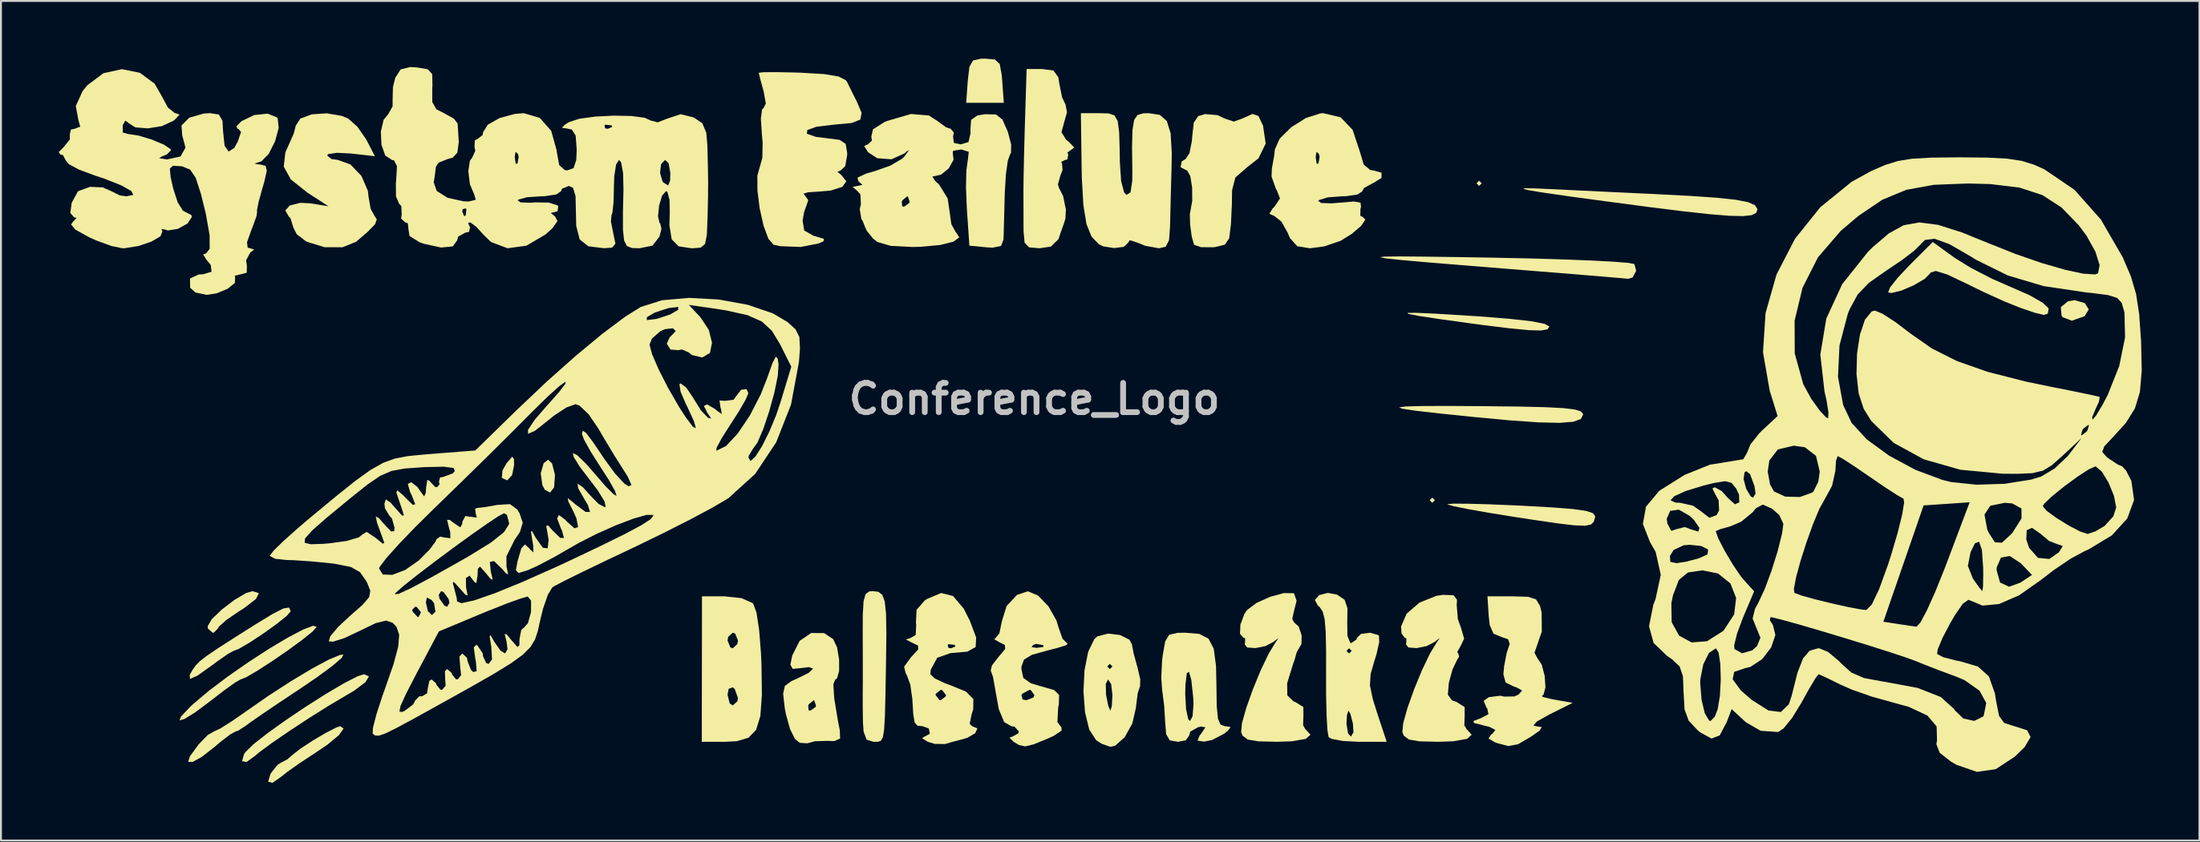
<source format=kicad_pcb>
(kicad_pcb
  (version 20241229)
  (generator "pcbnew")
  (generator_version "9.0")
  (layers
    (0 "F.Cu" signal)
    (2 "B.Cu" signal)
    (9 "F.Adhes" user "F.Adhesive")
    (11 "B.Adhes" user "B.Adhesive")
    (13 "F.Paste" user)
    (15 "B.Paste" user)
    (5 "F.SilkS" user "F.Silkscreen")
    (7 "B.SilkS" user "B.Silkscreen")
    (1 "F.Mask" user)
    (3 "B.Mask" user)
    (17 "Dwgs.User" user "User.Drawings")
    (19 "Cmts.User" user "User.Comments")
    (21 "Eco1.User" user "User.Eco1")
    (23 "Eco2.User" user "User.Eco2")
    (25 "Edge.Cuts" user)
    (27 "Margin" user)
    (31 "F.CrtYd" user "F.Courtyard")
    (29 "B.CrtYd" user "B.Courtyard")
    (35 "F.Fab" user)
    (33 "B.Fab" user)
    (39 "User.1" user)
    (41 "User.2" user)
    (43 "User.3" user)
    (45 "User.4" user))
  (footprint "Conference_Logo"
    (layer "F.Cu")
    (at 50.692 17.699)
    (property "Reference" "Conference_Logo" (at 0 0 0) (layer "Dwgs.User") (effects (font (size 1.524 1.524) (thickness 0.3))))
    (attr board_only exclude_from_pos_files exclude_from_bom allow_missing_courtyard)
    (fp_poly (pts (xy 20.806 5.269) (xy 20.671 5.404) (xy 20.536 5.269) (xy 20.671 5.134)) (stroke (width 0) (type solid)) (fill yes) (layer "F.SilkS"))
    (fp_poly (pts (xy 23.238 -11.214) (xy 23.103 -11.079) (xy 22.968 -11.214) (xy 23.103 -11.349)) (stroke (width 0) (type solid)) (fill yes) (layer "F.SilkS"))
    (fp_poly (pts (xy -27.041 3.119) (xy -27.03 3.429) (xy -27.135 3.964) (xy -27.387 4.235) (xy -27.66 4.113) (xy -27.669 4.097) (xy -27.638 3.726) (xy -27.427 3.35) (xy -27.135 3.004)) (stroke (width 0) (type solid)) (fill yes) (layer "F.SilkS"))
    (fp_poly (pts (xy -25.059 3.358) (xy -24.918 3.912) (xy -24.91 3.986) (xy -24.954 4.602) (xy -25.164 4.873) (xy -25.439 4.723) (xy -25.566 4.474) (xy -25.649 3.866) (xy -25.497 3.345) (xy -25.265 3.161)) (stroke (width 0) (type solid)) (fill yes) (layer "F.SilkS"))
    (fp_poly (pts (xy 54.569 -4.988) (xy 54.777 -4.659) (xy 54.57 -4.311) (xy 54.55 -4.297) (xy 53.897 -4.069) (xy 53.419 -4.253) (xy 53.367 -4.323) (xy 53.327 -4.772) (xy 53.7 -5.08) (xy 54.043 -5.134)) (stroke (width 0) (type solid)) (fill yes) (layer "F.SilkS"))
    (fp_poly (pts (xy -2.054 -17.655) (xy -1.803 -17.422) (xy -1.697 -16.851) (xy -1.673 -16.551) (xy -1.59 -15.402) (xy -3.544 -15.402) (xy -3.461 -16.551) (xy -3.377 -17.272) (xy -3.189 -17.604) (xy -2.78 -17.696) (xy -2.567 -17.699)) (stroke (width 0) (type solid)) (fill yes) (layer "F.SilkS"))
    (fp_poly (pts (xy -40.29 10.102) (xy -40.441 10.403) (xy -41.067 10.886) (xy -41.35 11.065) (xy -41.986 11.5) (xy -42.371 11.845) (xy -42.423 11.944) (xy -42.631 12.154) (xy -42.694 12.16) (xy -42.938 11.947) (xy -42.954 11.822) (xy -42.739 11.456) (xy -42.223 10.959) (xy -41.575 10.463) (xy -40.965 10.101) (xy -40.624 9.998)) (stroke (width 0) (type solid)) (fill yes) (layer "F.SilkS"))
    (fp_poly (pts (xy 20.808 -4.435) (xy 20.941 -4.428) (xy 23.071 -4.296) (xy 24.689 -4.167) (xy 25.823 -4.039) (xy 26.5 -3.908) (xy 26.749 -3.771) (xy 26.751 -3.756) (xy 26.655 -3.62) (xy 26.323 -3.56) (xy 25.687 -3.576) (xy 24.679 -3.673) (xy 23.23 -3.853) (xy 22.563 -3.943) (xy 20.992 -4.161) (xy 19.948 -4.32) (xy 19.418 -4.424) (xy 19.393 -4.476) (xy 19.859 -4.478)) (stroke (width 0) (type solid)) (fill yes) (layer "F.SilkS"))
    (fp_poly (pts (xy -35.894 17.15) (xy -36.137 17.491) (xy -36.74 17.99) (xy -37.357 18.408) (xy -38.171 18.943) (xy -38.83 19.409) (xy -39.133 19.652) (xy -39.588 19.969) (xy -39.809 19.908) (xy -39.691 19.509) (xy -39.659 19.455) (xy -39.326 19.035) (xy -39.135 18.915) (xy -38.813 18.746) (xy -38.558 18.524) (xy -38.139 18.195) (xy -37.495 17.772) (xy -36.808 17.366) (xy -36.261 17.086) (xy -36.065 17.023)) (stroke (width 0) (type solid)) (fill yes) (layer "F.SilkS"))
    (fp_poly (pts (xy 23.373 0.377) (xy 25.191 0.397) (xy 26.535 0.429) (xy 27.471 0.477) (xy 28.067 0.548) (xy 28.389 0.646) (xy 28.503 0.779) (xy 28.507 0.817) (xy 28.389 1.045) (xy 27.999 1.187) (xy 27.285 1.245) (xy 26.193 1.22) (xy 24.671 1.113) (xy 22.726 0.93) (xy 21.013 0.752) (xy 19.809 0.614) (xy 19.118 0.51) (xy 18.945 0.437) (xy 19.294 0.392) (xy 20.17 0.369) (xy 21.577 0.366)) (stroke (width 0) (type solid)) (fill yes) (layer "F.SilkS"))
    (fp_poly (pts (xy -34.574 14.434) (xy -34.757 14.734) (xy -35.331 15.167) (xy -35.713 15.395) (xy -36.616 15.928) (xy -37.655 16.58) (xy -38.698 17.265) (xy -39.615 17.894) (xy -40.274 18.381) (xy -40.484 18.561) (xy -40.933 18.883) (xy -41.166 18.845) (xy -41.068 18.487) (xy -40.999 18.38) (xy -40.595 17.979) (xy -39.862 17.401) (xy -38.911 16.719) (xy -37.854 16.007) (xy -36.802 15.339) (xy -35.867 14.787) (xy -35.161 14.425) (xy -34.83 14.321)) (stroke (width 0) (type solid)) (fill yes) (layer "F.SilkS"))
    (fp_poly (pts (xy 22.487 5.45) (xy 23.562 5.479) (xy 24.877 5.533) (xy 25.388 5.558) (xy 26.918 5.644) (xy 27.982 5.728) (xy 28.656 5.823) (xy 29.014 5.94) (xy 29.131 6.092) (xy 29.128 6.164) (xy 29.062 6.39) (xy 28.915 6.534) (xy 28.606 6.597) (xy 28.053 6.576) (xy 27.175 6.472) (xy 25.892 6.284) (xy 24.928 6.136) (xy 23.626 5.926) (xy 22.552 5.736) (xy 21.801 5.584) (xy 21.465 5.487) (xy 21.458 5.473) (xy 21.752 5.447)) (stroke (width 0) (type solid)) (fill yes) (layer "F.SilkS"))
    (fp_poly (pts (xy -38.641 11.023) (xy -38.64 11.051) (xy -38.847 11.288) (xy -39.366 11.704) (xy -40.052 12.196) (xy -40.756 12.661) (xy -41.33 12.998) (xy -41.607 13.106) (xy -41.887 13.256) (xy -42.433 13.635) (xy -42.719 13.849) (xy -43.487 14.395) (xy -43.874 14.564) (xy -43.885 14.358) (xy -43.746 14.106) (xy -43.585 13.875) (xy -43.364 13.647) (xy -42.999 13.363) (xy -42.407 12.961) (xy -41.505 12.382) (xy -40.532 11.766) (xy -39.594 11.193) (xy -39.019 10.898) (xy -38.728 10.852)) (stroke (width 0) (type solid)) (fill yes) (layer "F.SilkS"))
    (fp_poly (pts (xy -37.289 11.856) (xy -37.498 12.095) (xy -38.038 12.53) (xy -38.783 13.075) (xy -39.605 13.641) (xy -40.377 14.141) (xy -40.973 14.486) (xy -41.245 14.591) (xy -41.521 14.747) (xy -42.088 15.154) (xy -42.758 15.672) (xy -43.582 16.29) (xy -44.15 16.643) (xy -44.417 16.722) (xy -44.337 16.517) (xy -43.866 16.019) (xy -43.711 15.875) (xy -42.893 15.183) (xy -41.906 14.437) (xy -40.837 13.692) (xy -39.772 13.001) (xy -38.798 12.419) (xy -38.002 12) (xy -37.47 11.798)) (stroke (width 0) (type solid)) (fill yes) (layer "F.SilkS"))
    (fp_poly (pts (xy 20.188 -7.402) (xy 21.944 -7.378) (xy 23.779 -7.348) (xy 25.697 -7.308) (xy 27.439 -7.257) (xy 28.932 -7.199) (xy 30.1 -7.137) (xy 30.873 -7.074) (xy 31.173 -7.015) (xy 31.265 -6.663) (xy 31.08 -6.318) (xy 30.856 -6.247) (xy 30.544 -6.277) (xy 29.772 -6.343) (xy 28.619 -6.439) (xy 27.165 -6.558) (xy 25.489 -6.693) (xy 24.589 -6.765) (xy 22.202 -6.957) (xy 20.349 -7.111) (xy 19.025 -7.228) (xy 18.226 -7.314) (xy 17.948 -7.371) (xy 18.185 -7.403) (xy 18.933 -7.412)) (stroke (width 0) (type solid)) (fill yes) (layer "F.SilkS"))
    (fp_poly (pts (xy 26.011 -10.95) (xy 26.481 -10.929) (xy 27.896 -10.861) (xy 29.587 -10.78) (xy 31.291 -10.699) (xy 32.155 -10.659) (xy 34.041 -10.561) (xy 35.449 -10.464) (xy 36.442 -10.358) (xy 37.082 -10.233) (xy 37.433 -10.08) (xy 37.557 -9.889) (xy 37.56 -9.846) (xy 37.496 -9.673) (xy 37.268 -9.559) (xy 36.825 -9.509) (xy 36.111 -9.524) (xy 35.074 -9.609) (xy 33.66 -9.765) (xy 31.817 -9.995) (xy 29.588 -10.291) (xy 27.797 -10.535) (xy 26.517 -10.719) (xy 25.723 -10.847) (xy 25.391 -10.925) (xy 25.495 -10.958)) (stroke (width 0) (type solid)) (fill yes) (layer "F.SilkS"))
    (fp_poly (pts (xy 47.808 -7.341) (xy 48.661 -6.813) (xy 49.773 -6.24) (xy 50.817 -5.784) (xy 51.721 -5.384) (xy 52.386 -5.004) (xy 52.686 -4.716) (xy 52.691 -4.686) (xy 52.652 -4.438) (xy 52.453 -4.368) (xy 51.975 -4.481) (xy 51.205 -4.745) (xy 50.392 -5.072) (xy 49.345 -5.547) (xy 48.402 -6.009) (xy 47.423 -6.473) (xy 46.831 -6.656) (xy 46.567 -6.575) (xy 46.553 -6.546) (xy 46.256 -6.244) (xy 45.685 -5.91) (xy 45.041 -5.634) (xy 44.523 -5.508) (xy 44.354 -5.545) (xy 44.453 -5.795) (xy 44.855 -6.304) (xy 45.44 -6.928) (xy 46.675 -8.162)) (stroke (width 0) (type solid)) (fill yes) (layer "F.SilkS"))
    (fp_poly (pts (xy -35.992 13.474) (xy -36.461 13.877) (xy -37.231 14.447) (xy -38.136 15.065) (xy -39.187 15.763) (xy -40.087 16.372) (xy -40.731 16.818) (xy -40.993 17.013) (xy -41.383 17.263) (xy -41.498 17.294) (xy -41.791 17.457) (xy -42.325 17.87) (xy -42.6 18.104) (xy -43.252 18.615) (xy -43.736 18.883) (xy -43.968 18.877) (xy -43.875 18.589) (xy -43.42 17.966) (xy -42.948 17.481) (xy -42.622 17.294) (xy -42.303 17.146) (xy -41.691 16.76) (xy -40.993 16.275) (xy -39.805 15.447) (xy -38.624 14.682) (xy -37.546 14.035) (xy -36.664 13.56) (xy -36.073 13.315) (xy -35.901 13.298)) (stroke (width 0) (type solid)) (fill yes) (layer "F.SilkS"))
    (fp_poly (pts (xy -8.113 10.031) (xy -7.905 10.185) (xy -7.775 10.541) (xy -7.708 11.181) (xy -7.691 12.185) (xy -7.708 13.635) (xy -7.713 13.916) (xy -7.74 15.444) (xy -7.768 16.514) (xy -7.808 17.206) (xy -7.874 17.602) (xy -7.98 17.785) (xy -8.14 17.835) (xy -8.36 17.834) (xy -8.716 17.724) (xy -8.875 17.304) (xy -8.907 16.821) (xy -8.92 15.992) (xy -8.92 15.318) (xy -8.919 15.267) (xy -8.915 14.758) (xy -8.915 13.87) (xy -8.918 12.767) (xy -8.92 12.362) (xy -8.917 11.225) (xy -8.875 10.523) (xy -8.774 10.155) (xy -8.59 10.015) (xy -8.414 9.998)) (stroke (width 0) (type solid)) (fill yes) (layer "F.SilkS"))
    (fp_poly (pts (xy -15.218 10.363) (xy -14.647 10.615) (xy -14.6 10.663) (xy -14.438 11.121) (xy -14.301 12.016) (xy -14.205 13.241) (xy -14.179 13.838) (xy -14.158 15.396) (xy -14.238 16.495) (xy -14.458 17.211) (xy -14.853 17.621) (xy -15.46 17.802) (xy -16.078 17.834) (xy -17.281 17.834) (xy -17.278 15.386) (xy -15.943 15.386) (xy -15.832 15.834) (xy -15.672 15.943) (xy -15.43 15.725) (xy -15.402 15.553) (xy -15.567 15.093) (xy -15.672 14.997) (xy -15.885 15.08) (xy -15.943 15.386) (xy -17.278 15.386) (xy -17.276 14.051) (xy -17.274 12.565) (xy -15.943 12.565) (xy -15.797 12.924) (xy -15.672 12.97) (xy -15.433 12.751) (xy -15.402 12.565) (xy -15.548 12.205) (xy -15.672 12.16) (xy -15.912 12.378) (xy -15.943 12.565) (xy -17.274 12.565) (xy -17.271 10.268) (xy -16.099 10.268)) (stroke (width 0) (type solid)) (fill yes) (layer "F.SilkS"))
    (fp_poly (pts (xy 11.639 -14.717) (xy 11.878 -14.215) (xy 12.016 -13.281) (xy 11.643 -12.514) (xy 11.056 -12.054) (xy 10.442 -11.518) (xy 10.271 -10.859) (xy 10.258 -10.096) (xy 10.215 -9.177) (xy 10.207 -9.052) (xy 10.119 -8.352) (xy 9.895 -8.024) (xy 9.402 -7.901) (xy 9.28 -7.888) (xy 8.649 -7.893) (xy 8.299 -8.016) (xy 8.294 -8.024) (xy 8.175 -8.438) (xy 8.09 -9.071) (xy 8.075 -9.61) (xy 8.096 -9.728) (xy 8.2 -10.302) (xy 8.195 -10.992) (xy 8.1 -11.588) (xy 7.933 -11.884) (xy 7.904 -11.89) (xy 7.596 -12.051) (xy 7.654 -12.353) (xy 7.862 -12.483) (xy 8.059 -12.791) (xy 8.185 -13.433) (xy 8.2 -13.654) (xy 8.28 -14.369) (xy 8.506 -14.707) (xy 8.864 -14.815) (xy 9.516 -14.76) (xy 9.86 -14.593) (xy 10.358 -14.425) (xy 10.773 -14.573) (xy 11.335 -14.822)) (stroke (width 0) (type solid)) (fill yes) (layer "F.SilkS"))
    (fp_poly (pts (xy 3.852 -14.85) (xy 4.157 -14.748) (xy 4.327 -14.453) (xy 4.404 -13.864) (xy 4.432 -12.88) (xy 4.439 -12.319) (xy 4.505 -11.329) (xy 4.663 -10.736) (xy 4.783 -10.612) (xy 4.994 -10.744) (xy 5.084 -11.352) (xy 5.088 -11.804) (xy 5.073 -13.124) (xy 5.096 -13.996) (xy 5.183 -14.513) (xy 5.359 -14.768) (xy 5.65 -14.853) (xy 5.935 -14.862) (xy 6.512 -14.774) (xy 6.88 -14.455) (xy 7.077 -13.819) (xy 7.137 -12.78) (xy 7.126 -12.024) (xy 7.094 -10.858) (xy 7.065 -9.725) (xy 7.049 -8.985) (xy 6.994 -8.251) (xy 6.821 -7.915) (xy 6.467 -7.836) (xy 5.755 -7.966) (xy 5.386 -8.116) (xy 4.956 -8.258) (xy 4.864 -8.116) (xy 4.641 -7.909) (xy 4.132 -7.846) (xy 3.573 -7.937) (xy 3.351 -8.043) (xy 2.968 -8.441) (xy 2.706 -9.093) (xy 2.544 -10.083) (xy 2.464 -11.497) (xy 2.452 -12.092) (xy 2.415 -14.862) (xy 3.369 -14.862)) (stroke (width 0) (type solid)) (fill yes) (layer "F.SilkS"))
    (fp_poly (pts (xy -35.985 -14.722) (xy -35.653 -14.583) (xy -35.171 -14.155) (xy -34.717 -13.499) (xy -34.698 -13.464) (xy -34.264 -12.624) (xy -35.506 -12.764) (xy -36.237 -12.801) (xy -36.684 -12.735) (xy -36.749 -12.667) (xy -36.521 -12.477) (xy -36.184 -12.43) (xy -35.531 -12.192) (xy -34.963 -11.597) (xy -34.63 -10.825) (xy -34.596 -10.525) (xy -34.484 -9.886) (xy -34.3 -9.548) (xy -34.166 -9.336) (xy -34.26 -9.081) (xy -34.653 -8.679) (xy -35.242 -8.174) (xy -35.946 -7.888) (xy -36.881 -7.891) (xy -37.82 -8.181) (xy -37.83 -8.186) (xy -38.326 -8.565) (xy -38.505 -8.925) (xy -38.648 -9.393) (xy -38.743 -9.495) (xy -38.92 -9.805) (xy -38.68 -10.064) (xy -38.143 -10.198) (xy -37.623 -10.174) (xy -36.675 -10.02) (xy -37.774 -10.732) (xy -38.632 -11.416) (xy -39 -12.082) (xy -38.916 -12.826) (xy -38.755 -13.185) (xy -38.48 -13.805) (xy -38.372 -14.225) (xy -38.135 -14.584) (xy -37.543 -14.801) (xy -36.769 -14.855)) (stroke (width 0) (type solid)) (fill yes) (layer "F.SilkS"))
    (fp_poly (pts (xy -10.927 12.18) (xy -10.451 12.497) (xy -10.253 12.923) (xy -10.147 13.547) (xy -10.146 14.158) (xy -10.259 14.546) (xy -10.345 14.591) (xy -10.447 14.844) (xy -10.399 15.578) (xy -10.206 16.754) (xy -10.111 17.231) (xy -10.095 17.665) (xy -10.396 17.798) (xy -10.742 17.786) (xy -11.405 17.805) (xy -11.799 17.913) (xy -12.19 17.888) (xy -12.444 17.682) (xy -12.699 17.163) (xy -12.918 16.368) (xy -12.97 16.077) (xy -12.986 15.943) (xy -11.754 15.943) (xy -11.733 16.192) (xy -11.635 16.213) (xy -11.36 16.017) (xy -11.349 15.943) (xy -11.441 15.679) (xy -11.468 15.672) (xy -11.699 15.862) (xy -11.754 15.943) (xy -12.986 15.943) (xy -13.055 15.33) (xy -12.963 14.925) (xy -12.621 14.676) (xy -12.379 14.57) (xy -11.729 14.25) (xy -11.499 14.025) (xy -11.717 13.949) (xy -12.072 13.994) (xy -12.555 14.042) (xy -12.678 13.827) (xy -12.583 13.35) (xy -12.197 12.583) (xy -11.599 12.175)) (stroke (width 0) (type solid)) (fill yes) (layer "F.SilkS"))
    (fp_poly (pts (xy 0.993 -17.08) (xy 1.241 -16.73) (xy 1.304 -16.348) (xy 1.438 -15.691) (xy 1.621 -15.301) (xy 1.692 -14.906) (xy 1.555 -14.419) (xy 1.406 -13.872) (xy 1.649 -13.484) (xy 1.778 -13.38) (xy 2.069 -13.077) (xy 1.943 -12.979) (xy 1.719 -12.82) (xy 1.756 -12.7) (xy 1.714 -12.454) (xy 1.592 -12.43) (xy 1.391 -12.329) (xy 1.432 -12.259) (xy 1.463 -11.913) (xy 1.351 -11.619) (xy 1.222 -11.154) (xy 1.278 -10.971) (xy 1.489 -10.559) (xy 1.511 -10.463) (xy 1.618 -9.933) (xy 1.636 -9.863) (xy 1.613 -9.387) (xy 1.555 -9.187) (xy 1.335 -8.565) (xy 1.25 -8.309) (xy 0.854 -7.923) (xy 0.268 -7.836) (xy -0.277 -7.882) (xy -0.51 -8.125) (xy -0.564 -8.726) (xy -0.565 -8.849) (xy -0.567 -9.841) (xy -0.57 -10.806) (xy -0.57 -10.809) (xy -0.563 -11.492) (xy -0.541 -12.541) (xy -0.509 -13.781) (xy -0.489 -14.456) (xy -0.405 -17.159) (xy 0.405 -17.159)) (stroke (width 0) (type solid)) (fill yes) (layer "F.SilkS"))
    (fp_poly (pts (xy 4.454 12.281) (xy 4.938 12.525) (xy 5.065 12.761) (xy 5.157 13.247) (xy 5.349 13.942) (xy 5.356 13.963) (xy 5.5 14.587) (xy 5.489 14.954) (xy 5.479 14.967) (xy 5.367 15.31) (xy 5.283 15.96) (xy 5.275 16.068) (xy 5.085 16.886) (xy 4.689 17.598) (xy 4.199 18.035) (xy 3.944 18.096) (xy 3.498 17.937) (xy 3.209 17.753) (xy 2.85 17.199) (xy 2.63 16.298) (xy 2.549 15.214) (xy 2.568 14.822) (xy 3.708 14.822) (xy 3.722 15.38) (xy 3.725 15.402) (xy 3.839 15.97) (xy 3.947 16.213) (xy 3.949 16.213) (xy 4.022 15.977) (xy 4.053 15.411) (xy 4.053 15.402) (xy 3.988 14.833) (xy 3.832 14.592) (xy 3.83 14.591) (xy 3.708 14.822) (xy 2.568 14.822) (xy 2.604 14.109) (xy 2.643 13.916) (xy 3.783 13.916) (xy 3.918 14.051) (xy 4.053 13.916) (xy 3.918 13.781) (xy 3.783 13.916) (xy 2.643 13.916) (xy 2.795 13.145) (xy 3.119 12.485) (xy 3.268 12.352) (xy 3.821 12.205)) (stroke (width 0) (type solid)) (fill yes) (layer "F.SilkS"))
    (fp_poly (pts (xy 21.78 10.209) (xy 21.956 10.45) (xy 21.94 10.73) (xy 22 11.455) (xy 22.161 11.896) (xy 22.326 12.468) (xy 22.143 12.852) (xy 21.966 13.17) (xy 22.022 13.24) (xy 22.066 13.405) (xy 21.958 13.578) (xy 21.721 14.074) (xy 21.532 14.766) (xy 21.481 15.382) (xy 21.692 15.676) (xy 21.935 15.763) (xy 22.353 16.03) (xy 22.354 16.467) (xy 22.337 16.976) (xy 22.453 17.174) (xy 22.719 17.467) (xy 22.477 17.682) (xy 21.755 17.807) (xy 20.973 17.834) (xy 20.009 17.81) (xy 19.458 17.716) (xy 19.192 17.516) (xy 19.116 17.329) (xy 19.161 16.864) (xy 19.385 16.067) (xy 19.732 15.095) (xy 20.141 14.1) (xy 20.554 13.238) (xy 20.872 12.714) (xy 21.057 12.441) (xy 20.882 12.566) (xy 20.807 12.632) (xy 20.376 12.859) (xy 19.853 12.961) (xy 19.43 12.928) (xy 19.296 12.752) (xy 19.32 12.7) (xy 19.325 12.45) (xy 19.246 12.43) (xy 19.074 12.203) (xy 19.049 11.835) (xy 19.341 11.168) (xy 20.007 10.595) (xy 20.881 10.242) (xy 21.22 10.192)) (stroke (width 0) (type solid)) (fill yes) (layer "F.SilkS"))
    (fp_poly (pts (xy 8.564 12.221) (xy 9.045 12.468) (xy 9.318 12.994) (xy 9.436 13.891) (xy 9.457 14.916) (xy 9.473 15.989) (xy 9.536 16.628) (xy 9.669 16.938) (xy 9.894 17.023) (xy 9.914 17.023) (xy 10.196 17.066) (xy 10.051 17.26) (xy 9.847 17.42) (xy 9.225 17.741) (xy 8.816 17.825) (xy 8.475 17.774) (xy 8.58 17.513) (xy 8.673 17.398) (xy 8.884 17.078) (xy 8.662 17.044) (xy 8.503 17.076) (xy 8.1 17.302) (xy 8.039 17.512) (xy 7.865 17.757) (xy 7.463 17.834) (xy 7.034 17.761) (xy 6.845 17.439) (xy 6.795 16.821) (xy 6.742 15.955) (xy 6.665 15.357) (xy 7.836 15.357) (xy 7.88 16.142) (xy 7.991 16.649) (xy 8.085 16.753) (xy 8.216 16.513) (xy 8.264 15.903) (xy 8.25 15.523) (xy 8.151 14.611) (xy 8.03 14.189) (xy 7.918 14.269) (xy 7.847 14.862) (xy 7.836 15.357) (xy 6.665 15.357) (xy 6.647 15.214) (xy 6.638 15.168) (xy 6.59 14.496) (xy 6.635 13.607) (xy 6.666 13.344) (xy 6.794 12.611) (xy 7.003 12.267) (xy 7.437 12.166) (xy 7.819 12.16)) (stroke (width 0) (type solid)) (fill yes) (layer "F.SilkS"))
    (fp_poly (pts (xy 13.461 10.106) (xy 13.495 10.123) (xy 13.622 10.501) (xy 13.507 10.953) (xy 13.396 11.44) (xy 13.486 11.619) (xy 13.732 11.841) (xy 13.887 12.316) (xy 13.872 12.756) (xy 13.819 12.842) (xy 13.624 13.185) (xy 13.622 13.195) (xy 13.514 13.583) (xy 13.442 13.781) (xy 13.131 14.789) (xy 13.14 15.421) (xy 13.473 15.737) (xy 13.549 15.761) (xy 13.973 16.025) (xy 13.977 16.467) (xy 13.96 16.976) (xy 14.076 17.174) (xy 14.343 17.467) (xy 14.101 17.682) (xy 13.379 17.807) (xy 12.596 17.834) (xy 11.633 17.81) (xy 11.081 17.716) (xy 10.815 17.516) (xy 10.74 17.329) (xy 10.784 16.864) (xy 11.009 16.067) (xy 11.355 15.095) (xy 11.764 14.1) (xy 12.178 13.238) (xy 12.496 12.714) (xy 12.68 12.441) (xy 12.506 12.566) (xy 12.43 12.632) (xy 11.999 12.859) (xy 11.477 12.961) (xy 11.053 12.928) (xy 10.919 12.752) (xy 10.944 12.7) (xy 10.948 12.45) (xy 10.87 12.43) (xy 10.682 12.222) (xy 10.703 11.738) (xy 10.907 11.189) (xy 11.049 10.98) (xy 11.536 10.613) (xy 12.247 10.293) (xy 12.961 10.099)) (stroke (width 0) (type solid)) (fill yes) (layer "F.SilkS"))
    (fp_poly (pts (xy 15.724 10.179) (xy 16.116 10.446) (xy 16.265 10.892) (xy 16.253 11.576) (xy 16.262 12.319) (xy 16.406 12.682) (xy 16.462 12.7) (xy 16.741 12.506) (xy 16.753 12.43) (xy 16.97 12.222) (xy 17.43 12.161) (xy 17.852 12.276) (xy 17.9 12.316) (xy 17.916 12.643) (xy 17.772 13.285) (xy 17.67 13.609) (xy 17.467 14.312) (xy 17.433 14.905) (xy 17.581 15.614) (xy 17.792 16.289) (xy 18.302 17.834) (xy 16.868 17.834) (xy 16.037 17.792) (xy 15.45 17.685) (xy 15.285 17.593) (xy 15.225 17.237) (xy 15.204 16.888) (xy 16.213 16.888) (xy 16.293 17.396) (xy 16.446 17.564) (xy 16.576 17.339) (xy 16.549 16.888) (xy 16.417 16.382) (xy 16.316 16.213) (xy 16.238 16.445) (xy 16.213 16.888) (xy 15.204 16.888) (xy 15.18 16.465) (xy 15.155 15.405) (xy 15.153 14.544) (xy 15.155 13.105) (xy 16.213 13.105) (xy 16.348 13.24) (xy 16.483 13.105) (xy 16.348 12.97) (xy 16.213 13.105) (xy 15.155 13.105) (xy 15.155 13.096) (xy 15.133 12.094) (xy 15.077 11.445) (xy 14.975 11.053) (xy 14.818 10.825) (xy 14.729 10.752) (xy 14.57 10.457) (xy 14.794 10.207) (xy 15.243 10.09)) (stroke (width 0) (type solid)) (fill yes) (layer "F.SilkS"))
    (fp_poly (pts (xy 25.647 10.292) (xy 26.064 10.427) (xy 26.265 10.761) (xy 26.353 11.111) (xy 26.362 12.102) (xy 26.184 12.615) (xy 25.983 13.201) (xy 26.118 13.461) (xy 26.358 13.822) (xy 26.512 14.41) (xy 26.551 15.005) (xy 26.448 15.391) (xy 26.366 15.438) (xy 26.401 15.5) (xy 26.851 15.609) (xy 27.021 15.641) (xy 27.967 15.808) (xy 26.751 16.416) (xy 26.105 16.779) (xy 25.929 16.985) (xy 26.076 17.025) (xy 26.361 17.071) (xy 26.243 17.254) (xy 25.805 17.564) (xy 25.128 17.96) (xy 24.615 18.056) (xy 24.012 17.893) (xy 23.932 17.862) (xy 23.588 17.663) (xy 23.734 17.454) (xy 23.797 17.414) (xy 23.951 17.217) (xy 23.639 17.057) (xy 23.373 16.991) (xy 22.844 16.857) (xy 22.805 16.753) (xy 23.176 16.614) (xy 23.59 16.4) (xy 23.53 16.107) (xy 23.484 16.048) (xy 23.341 15.702) (xy 23.613 15.512) (xy 24.197 15.438) (xy 24.411 15.483) (xy 24.939 15.474) (xy 25.154 15.377) (xy 25.338 15.166) (xy 25.043 15) (xy 24.91 14.961) (xy 24.484 14.752) (xy 24.366 14.331) (xy 24.404 13.908) (xy 24.536 13.213) (xy 24.691 12.754) (xy 24.695 12.748) (xy 24.611 12.502) (xy 24.267 12.382) (xy 23.85 12.211) (xy 23.654 11.756) (xy 23.603 11.281) (xy 23.539 10.268) (xy 24.853 10.268)) (stroke (width 0) (type solid)) (fill yes) (layer "F.SilkS"))
    (fp_poly (pts (xy 15.908 -14.649) (xy 16.533 -13.996) (xy 16.896 -12.903) (xy 17.112 -12.186) (xy 17.451 -11.905) (xy 17.594 -11.889) (xy 18.035 -11.766) (xy 18.032 -11.494) (xy 17.591 -11.223) (xy 17.564 -11.214) (xy 17.127 -10.971) (xy 17.023 -10.79) (xy 16.784 -10.632) (xy 16.187 -10.544) (xy 15.959 -10.538) (xy 15.245 -10.484) (xy 14.796 -10.347) (xy 14.747 -10.302) (xy 14.897 -10.191) (xy 15.44 -10.173) (xy 15.857 -10.207) (xy 16.61 -10.268) (xy 16.944 -10.206) (xy 16.97 -9.988) (xy 16.941 -9.903) (xy 16.931 -9.531) (xy 17.065 -9.457) (xy 17.195 -9.326) (xy 16.976 -9.004) (xy 16.506 -8.597) (xy 15.908 -8.224) (xy 15.06 -7.934) (xy 14.311 -7.836) (xy 13.654 -7.942) (xy 13.277 -8.365) (xy 13.161 -8.638) (xy 12.834 -9.223) (xy 12.466 -9.515) (xy 12.461 -9.516) (xy 12.21 -9.629) (xy 12.368 -9.894) (xy 12.484 -10.013) (xy 12.758 -10.427) (xy 12.591 -10.861) (xy 12.552 -10.915) (xy 12.321 -11.565) (xy 12.337 -11.981) (xy 12.447 -12.587) (xy 14.613 -12.587) (xy 14.663 -12.237) (xy 14.755 -12.233) (xy 14.819 -12.594) (xy 14.776 -12.751) (xy 14.656 -12.853) (xy 14.613 -12.587) (xy 12.447 -12.587) (xy 12.458 -12.645) (xy 12.491 -12.97) (xy 12.743 -13.538) (xy 13.34 -14.129) (xy 14.105 -14.611) (xy 14.865 -14.854) (xy 15.004 -14.862)) (stroke (width 0) (type solid)) (fill yes) (layer "F.SilkS"))
    (fp_poly (pts (xy -12.461 -16.978) (xy -12.121 -16.967) (xy -10.921 -16.895) (xy -10.174 -16.77) (xy -9.795 -16.576) (xy -9.731 -16.483) (xy -9.457 -15.923) (xy -9.229 -15.473) (xy -8.978 -14.878) (xy -9.043 -14.529) (xy -9.499 -14.351) (xy -10.406 -14.267) (xy -11.32 -14.158) (xy -11.8 -13.985) (xy -11.82 -13.793) (xy -11.352 -13.629) (xy -10.813 -13.563) (xy -10.117 -13.473) (xy -9.806 -13.264) (xy -9.729 -12.812) (xy -9.728 -12.684) (xy -9.829 -12.106) (xy -10.065 -11.885) (xy -10.235 -11.812) (xy -10.031 -11.645) (xy -9.771 -11.318) (xy -9.979 -11.031) (xy -10.582 -10.837) (xy -11.162 -10.787) (xy -11.772 -10.747) (xy -12.005 -10.67) (xy -11.955 -10.629) (xy -11.751 -10.341) (xy -11.794 -10.203) (xy -11.965 -9.718) (xy -12.043 -9.28) (xy -11.961 -8.761) (xy -11.482 -8.488) (xy -11.403 -8.467) (xy -10.935 -8.324) (xy -10.955 -8.2) (xy -11.224 -8.082) (xy -12.14 -7.904) (xy -13.195 -7.944) (xy -13.55 -8.017) (xy -13.823 -8.332) (xy -14.074 -9.018) (xy -14.272 -9.906) (xy -14.389 -10.826) (xy -14.395 -11.609) (xy -14.261 -12.087) (xy -14.261 -12.087) (xy -14.134 -12.54) (xy -14.119 -13.318) (xy -14.159 -13.775) (xy -14.211 -14.576) (xy -14.15 -15.055) (xy -14.071 -15.132) (xy -13.954 -15.362) (xy -14.065 -15.991) (xy -14.07 -16.008) (xy -14.24 -16.622) (xy -14.32 -16.955) (xy -14.321 -16.965) (xy -14.072 -16.993) (xy -13.41 -16.997)) (stroke (width 0) (type solid)) (fill yes) (layer "F.SilkS"))
    (fp_poly (pts (xy -4.229 10.251) (xy -3.676 10.901) (xy -3.349 11.549) (xy -3.027 12.407) (xy -3.052 12.906) (xy -3.483 13.145) (xy -4.362 13.221) (xy -5.05 13.464) (xy -5.385 14.085) (xy -5.404 14.322) (xy -5.173 14.542) (xy -4.598 14.808) (xy -4.391 14.88) (xy -3.551 15.225) (xy -3.172 15.612) (xy -3.178 16.145) (xy -3.26 16.393) (xy -3.362 16.895) (xy -3.236 17.023) (xy -2.963 17.137) (xy -3.072 17.384) (xy -3.477 17.624) (xy -3.623 17.668) (xy -4.28 17.844) (xy -4.636 17.949) (xy -5.167 17.945) (xy -5.539 17.834) (xy -5.831 17.651) (xy -5.742 17.583) (xy -5.431 17.415) (xy -5.486 17.142) (xy -5.81 17.023) (xy -6.077 16.998) (xy -6.222 16.832) (xy -6.295 16.39) (xy -6.343 15.595) (xy -6.371 15.402) (xy -5.134 15.402) (xy -4.928 15.664) (xy -4.864 15.672) (xy -4.601 15.467) (xy -4.594 15.402) (xy -4.799 15.14) (xy -4.864 15.132) (xy -5.126 15.338) (xy -5.134 15.402) (xy -6.371 15.402) (xy -6.449 14.851) (xy -6.643 14.335) (xy -6.684 14.285) (xy -6.77 13.927) (xy -6.411 13.436) (xy -6.038 13.03) (xy -6.045 12.827) (xy -6.121 12.79) (xy -4.504 12.79) (xy -4.466 12.951) (xy -4.323 12.97) (xy -4.101 12.871) (xy -4.143 12.79) (xy -4.464 12.758) (xy -4.504 12.79) (xy -6.121 12.79) (xy -6.37 12.672) (xy -6.68 12.511) (xy -6.482 12.45) (xy -6.464 12.449) (xy -6.168 12.279) (xy -6.141 11.737) (xy -6.154 11.643) (xy -6.123 10.971) (xy -5.702 10.488) (xy -5.58 10.405) (xy -4.845 10.095)) (stroke (width 0) (type solid)) (fill yes) (layer "F.SilkS"))
    (fp_poly (pts (xy 0.187 10.224) (xy 0.729 10.785) (xy 1.144 11.52) (xy 1.258 11.898) (xy 1.461 12.474) (xy 1.723 12.732) (xy 1.664 12.804) (xy 1.189 12.954) (xy 0.676 13.084) (xy -0.135 13.312) (xy -0.54 13.559) (xy -0.67 13.917) (xy -0.676 14.055) (xy -0.574 14.515) (xy -0.176 14.795) (xy 0.362 14.952) (xy 1.024 15.142) (xy 1.284 15.395) (xy 1.27 15.878) (xy 1.232 16.085) (xy 1.196 16.81) (xy 1.411 17.095) (xy 1.407 17.257) (xy 0.998 17.527) (xy 0.71 17.66) (xy -0.04 17.966) (xy -0.481 18.073) (xy -0.8 18.001) (xy -1.081 17.834) (xy -1.301 17.616) (xy -1.148 17.568) (xy -0.834 17.393) (xy -0.811 17.294) (xy -1.028 17.051) (xy -1.198 17.023) (xy -1.572 16.807) (xy -1.852 16.132) (xy -1.983 15.402) (xy -0.676 15.402) (xy -0.614 15.633) (xy -0.421 15.672) (xy -0.052 15.531) (xy 0 15.402) (xy -0.194 15.14) (xy -0.254 15.132) (xy -0.62 15.328) (xy -0.676 15.402) (xy -1.983 15.402) (xy -2.039 15.087) (xy -2.15 14.462) (xy -2.27 14.123) (xy -2.272 14.121) (xy -2.203 13.858) (xy -1.866 13.421) (xy -1.516 13.004) (xy -1.526 12.906) (xy -0.153 12.906) (xy 0.113 12.949) (xy 0.463 12.899) (xy 0.467 12.807) (xy 0.106 12.742) (xy -0.051 12.786) (xy -0.153 12.906) (xy -1.526 12.906) (xy -1.537 12.794) (xy -1.815 12.658) (xy -2.092 12.498) (xy -2.027 12.448) (xy -1.822 12.198) (xy -1.7 11.618) (xy -1.697 11.587) (xy -1.444 10.772) (xy -0.902 10.191) (xy -0.338 10.006)) (stroke (width 0) (type solid)) (fill yes) (layer "F.SilkS"))
    (fp_poly (pts (xy -5.476 -14.74) (xy -5.038 -14.456) (xy -4.585 -14.124) (xy -4.351 -14.051) (xy -4.186 -13.854) (xy -4.226 -13.646) (xy -4.183 -13.316) (xy -3.829 -13.24) (xy -3.426 -13.359) (xy -3.319 -13.811) (xy -3.327 -13.984) (xy -3.286 -14.518) (xy -2.957 -14.747) (xy -2.558 -14.807) (xy -1.997 -14.796) (xy -1.661 -14.53) (xy -1.38 -13.895) (xy -1.206 -13.225) (xy -1.218 -12.787) (xy -1.257 -12.734) (xy -1.381 -12.398) (xy -1.482 -11.674) (xy -1.539 -10.718) (xy -1.541 -10.673) (xy -1.567 -9.649) (xy -1.59 -8.791) (xy -1.605 -8.292) (xy -1.733 -7.956) (xy -2.179 -7.866) (xy -2.499 -7.887) (xy -3.378 -7.971) (xy -3.513 -9.949) (xy -3.554 -10.998) (xy -3.535 -11.887) (xy -3.46 -12.432) (xy -3.454 -12.449) (xy -3.41 -12.854) (xy -3.782 -12.97) (xy -3.837 -12.97) (xy -4.222 -12.906) (xy -4.243 -12.8) (xy -4.199 -12.44) (xy -4.45 -11.99) (xy -4.85 -11.666) (xy -5.05 -11.619) (xy -5.302 -11.563) (xy -5.147 -11.328) (xy -4.948 -11.146) (xy -4.505 -10.425) (xy -4.411 -9.771) (xy -4.316 -9.091) (xy -4.081 -8.665) (xy -4.062 -8.652) (xy -3.904 -8.401) (xy -4.21 -8.177) (xy -4.902 -8.006) (xy -5.903 -7.913) (xy -6.35 -7.903) (xy -7.466 -7.961) (xy -8.153 -8.161) (xy -8.377 -8.332) (xy -8.702 -8.737) (xy -8.786 -8.91) (xy -8.915 -9.239) (xy -8.99 -9.366) (xy -9.074 -9.866) (xy -9.014 -10.136) (xy -9.021 -10.268) (xy -6.89 -10.268) (xy -6.869 -10.019) (xy -6.771 -9.998) (xy -6.496 -10.194) (xy -6.485 -10.268) (xy -6.577 -10.531) (xy -6.604 -10.538) (xy -6.835 -10.349) (xy -6.89 -10.268) (xy -9.021 -10.268) (xy -9.043 -10.647) (xy -9.215 -10.832) (xy -9.447 -11.028) (xy -9.187 -11.079) (xy -8.934 -11.136) (xy -9.142 -11.315) (xy -9.192 -11.509) (xy -8.735 -11.724) (xy -8.302 -11.846) (xy -7.488 -12.133) (xy -6.872 -12.494) (xy -6.739 -12.627) (xy -6.514 -12.943) (xy -6.632 -12.875) (xy -6.755 -12.768) (xy -7.426 -12.464) (xy -8.168 -12.52) (xy -8.647 -12.835) (xy -8.846 -13.16) (xy -8.651 -13.24) (xy -8.441 -13.435) (xy -8.474 -13.646) (xy -8.387 -14.021) (xy -7.803 -14.394) (xy -7.66 -14.456) (xy -6.413 -14.82)) (stroke (width 0) (type solid)) (fill yes) (layer "F.SilkS"))
    (fp_poly (pts (xy -46.475 -16.963) (xy -45.71 -16.398) (xy -45.339 -15.752) (xy -45.02 -15.157) (xy -44.66 -14.867) (xy -44.614 -14.862) (xy -44.412 -14.786) (xy -44.664 -14.521) (xy -44.736 -14.465) (xy -45.335 -14.189) (xy -46.062 -14.072) (xy -46.709 -14.123) (xy -47.07 -14.35) (xy -47.08 -14.375) (xy -47.234 -14.472) (xy -47.364 -14.24) (xy -47.367 -13.859) (xy -47.095 -13.781) (xy -46.529 -13.694) (xy -45.839 -13.483) (xy -45.222 -13.223) (xy -44.876 -12.988) (xy -44.855 -12.936) (xy -45.077 -12.712) (xy -45.328 -12.616) (xy -45.474 -12.521) (xy -45.112 -12.464) (xy -45.049 -12.461) (xy -44.367 -12.608) (xy -44.104 -13.07) (xy -44.275 -13.707) (xy -44.313 -14.222) (xy -43.908 -14.627) (xy -43.158 -14.844) (xy -42.832 -14.862) (xy -42.37 -14.79) (xy -42.183 -14.468) (xy -42.153 -13.932) (xy -42.074 -13.17) (xy -41.865 -12.867) (xy -41.572 -13.055) (xy -41.388 -13.384) (xy -41.219 -13.886) (xy -41.358 -14.049) (xy -41.4 -14.051) (xy -41.462 -14.18) (xy -41.192 -14.448) (xy -40.53 -14.766) (xy -39.846 -14.838) (xy -39.361 -14.649) (xy -39.313 -14.586) (xy -39.264 -14.091) (xy -39.451 -13.4) (xy -39.779 -12.746) (xy -40.156 -12.362) (xy -40.21 -12.343) (xy -40.527 -12.242) (xy -40.318 -12.199) (xy -40.207 -12.191) (xy -39.943 -12.122) (xy -39.88 -11.872) (xy -40.007 -11.305) (xy -40.113 -10.944) (xy -40.309 -10.233) (xy -40.395 -9.795) (xy -40.384 -9.728) (xy -40.415 -9.509) (xy -40.61 -8.964) (xy -40.684 -8.782) (xy -40.909 -8.145) (xy -40.875 -7.869) (xy -40.738 -7.832) (xy -40.538 -7.774) (xy -40.744 -7.608) (xy -40.957 -7.206) (xy -40.917 -6.936) (xy -40.922 -6.565) (xy -41.224 -6.485) (xy -41.542 -6.408) (xy -41.527 -6.309) (xy -41.538 -6.036) (xy -41.912 -5.731) (xy -42.49 -5.491) (xy -43.002 -5.413) (xy -43.586 -5.534) (xy -43.862 -5.783) (xy -43.871 -6.263) (xy -43.418 -6.473) (xy -43.189 -6.485) (xy -42.751 -6.613) (xy -42.792 -6.968) (xy -43.018 -7.242) (xy -43.19 -7.515) (xy -43.038 -7.566) (xy -42.848 -7.81) (xy -42.852 -8.512) (xy -43.047 -9.627) (xy -43.306 -10.673) (xy -43.574 -11.5) (xy -43.864 -11.928) (xy -44.276 -12.095) (xy -44.352 -12.105) (xy -44.759 -12.129) (xy -44.918 -11.982) (xy -44.876 -11.534) (xy -44.747 -10.957) (xy -44.512 -10.231) (xy -44.241 -9.79) (xy -44.118 -9.728) (xy -43.8 -9.565) (xy -43.774 -9.467) (xy -44 -9.122) (xy -44.501 -8.846) (xy -45.017 -8.761) (xy -45.173 -8.811) (xy -45.354 -8.837) (xy -45.303 -8.715) (xy -45.405 -8.459) (xy -45.876 -8.182) (xy -46.551 -7.952) (xy -47.267 -7.839) (xy -47.377 -7.836) (xy -47.943 -7.951) (xy -48.739 -8.241) (xy -49.118 -8.413) (xy -49.821 -8.802) (xy -50.049 -9.074) (xy -49.947 -9.219) (xy -49.763 -9.416) (xy -49.898 -9.453) (xy -50.09 -9.677) (xy -50.016 -10.201) (xy -49.69 -10.803) (xy -49.06 -11.032) (xy -48.405 -11.002) (xy -48.011 -10.83) (xy -47.511 -10.583) (xy -47.179 -10.538) (xy -46.816 -10.613) (xy -46.917 -10.812) (xy -47.429 -11.102) (xy -48.3 -11.449) (xy -48.805 -11.617) (xy -49.624 -11.921) (xy -50.173 -12.215) (xy -50.327 -12.409) (xy -50.471 -12.682) (xy -50.597 -12.709) (xy -50.692 -12.839) (xy -50.435 -13.096) (xy -50.114 -13.496) (xy -50.113 -13.763) (xy -50.061 -14.008) (xy -49.861 -14.051) (xy -49.574 -14.165) (xy -49.673 -14.524) (xy -49.803 -15.232) (xy -49.454 -16.005) (xy -49.211 -16.311) (xy -48.369 -16.941) (xy -47.409 -17.151)) (stroke (width 0) (type solid)) (fill yes) (layer "F.SilkS"))
    (fp_poly (pts (xy -32.09 -17.243) (xy -31.517 -17.147) (xy -31.287 -16.895) (xy -31.274 -16.314) (xy -31.286 -16.142) (xy -31.283 -15.44) (xy -31.07 -15.065) (xy -30.678 -14.865) (xy -30.163 -14.581) (xy -29.967 -14.328) (xy -29.906 -13.362) (xy -29.981 -12.807) (xy -30.225 -12.546) (xy -30.479 -12.479) (xy -30.957 -12.287) (xy -31.095 -12.073) (xy -31.162 -11.539) (xy -31.209 -11.266) (xy -31.051 -10.817) (xy -30.491 -10.462) (xy -29.666 -10.279) (xy -29.403 -10.268) (xy -29.025 -10.357) (xy -29.093 -10.606) (xy -29.328 -11.166) (xy -29.411 -11.844) (xy -29.328 -12.392) (xy -29.211 -12.548) (xy -29.193 -12.587) (xy -27 -12.587) (xy -26.95 -12.237) (xy -26.858 -12.233) (xy -26.794 -12.594) (xy -26.837 -12.751) (xy -26.957 -12.853) (xy -27 -12.587) (xy -29.193 -12.587) (xy -29.049 -12.908) (xy -29.089 -13.114) (xy -29.072 -13.456) (xy -28.942 -13.511) (xy -28.668 -13.726) (xy -28.643 -13.873) (xy -28.402 -14.26) (xy -27.796 -14.605) (xy -26.998 -14.824) (xy -26.528 -14.862) (xy -25.698 -14.618) (xy -25.105 -13.945) (xy -24.82 -12.926) (xy -24.813 -12.842) (xy -24.689 -12.164) (xy -24.399 -11.903) (xy -24.264 -11.889) (xy -23.942 -12.004) (xy -23.801 -12.433) (xy -23.779 -12.97) (xy -23.833 -13.694) (xy -24.032 -14.011) (xy -24.252 -14.059) (xy -24.546 -14.101) (xy -24.424 -14.231) (xy -22.338 -14.231) (xy -22.3 -14.071) (xy -22.157 -14.051) (xy -21.935 -14.15) (xy -21.977 -14.231) (xy -22.298 -14.264) (xy -22.338 -14.231) (xy -24.424 -14.231) (xy -24.389 -14.267) (xy -24.184 -14.397) (xy -23.644 -14.572) (xy -22.81 -14.686) (xy -21.851 -14.734) (xy -20.938 -14.715) (xy -20.242 -14.623) (xy -19.946 -14.484) (xy -19.571 -14.385) (xy -19.07 -14.581) (xy -18.382 -14.809) (xy -17.702 -14.642) (xy -17.701 -14.642) (xy -17.253 -14.337) (xy -17.046 -13.842) (xy -16.991 -13.179) (xy -16.963 -12.07) (xy -16.951 -11.26) (xy -16.957 -10.506) (xy -16.978 -9.566) (xy -16.982 -9.39) (xy -17.019 -8.516) (xy -17.115 -8.053) (xy -17.341 -7.869) (xy -17.768 -7.836) (xy -17.818 -7.836) (xy -18.483 -7.936) (xy -18.844 -8.301) (xy -18.963 -9.031) (xy -18.945 -9.649) (xy -18.956 -10.353) (xy -19.066 -10.764) (xy -19.134 -10.809) (xy -19.341 -10.58) (xy -19.497 -10.061) (xy -19.556 -9.5) (xy -19.473 -9.148) (xy -19.44 -9.126) (xy -19.377 -8.853) (xy -19.479 -8.444) (xy -19.84 -7.973) (xy -20.524 -7.836) (xy -20.527 -7.836) (xy -20.918 -7.85) (xy -21.173 -7.955) (xy -21.318 -8.242) (xy -21.377 -8.806) (xy -21.378 -9.739) (xy -21.35 -10.876) (xy -21.37 -11.751) (xy -21.371 -11.752) (xy -19.449 -11.752) (xy -19.323 -11.317) (xy -19.275 -11.259) (xy -19.028 -11.099) (xy -18.928 -11.348) (xy -18.915 -11.754) (xy -19.007 -12.262) (xy -19.185 -12.43) (xy -19.396 -12.214) (xy -19.449 -11.752) (xy -21.371 -11.752) (xy -21.472 -12.303) (xy -21.582 -12.43) (xy -21.736 -12.187) (xy -21.83 -11.564) (xy -21.846 -11.06) (xy -21.864 -10.251) (xy -21.924 -9.692) (xy -21.972 -9.553) (xy -22.001 -9.225) (xy -21.882 -8.628) (xy -21.881 -8.626) (xy -21.768 -8.075) (xy -21.942 -7.868) (xy -22.379 -7.84) (xy -23.173 -7.939) (xy -23.622 -8.29) (xy -23.805 -8.997) (xy -23.82 -9.698) (xy -23.84 -10.555) (xy -23.97 -10.98) (xy -24.189 -11.079) (xy -24.545 -10.931) (xy -24.589 -10.809) (xy -24.829 -10.638) (xy -25.426 -10.545) (xy -25.654 -10.538) (xy -26.362 -10.49) (xy -26.802 -10.371) (xy -26.847 -10.331) (xy -26.697 -10.222) (xy -26.165 -10.205) (xy -25.949 -10.221) (xy -25.242 -10.214) (xy -24.786 -10.072) (xy -24.74 -10.023) (xy -24.772 -9.757) (xy -24.911 -9.724) (xy -25.127 -9.671) (xy -24.908 -9.493) (xy -24.778 -9.255) (xy -25.04 -8.878) (xy -25.402 -8.552) (xy -26.393 -7.969) (xy -27.372 -7.837) (xy -28.229 -8.159) (xy -28.594 -8.512) (xy -28.997 -8.952) (xy -29.31 -9.184) (xy -29.423 -9.147) (xy -29.318 -8.917) (xy -29.379 -8.686) (xy -29.572 -8.647) (xy -29.941 -8.438) (xy -29.994 -8.241) (xy -30.218 -7.933) (xy -30.826 -7.874) (xy -31.717 -8.069) (xy -31.937 -8.145) (xy -32.464 -8.473) (xy -32.517 -8.799) (xy -32.552 -9.135) (xy -32.696 -9.187) (xy -32.903 -9.382) (xy -32.872 -9.584) (xy -32.878 -9.728) (xy -29.723 -9.728) (xy -29.625 -9.505) (xy -29.543 -9.548) (xy -29.511 -9.868) (xy -29.543 -9.908) (xy -29.704 -9.871) (xy -29.723 -9.728) (xy -32.878 -9.728) (xy -32.891 -10.029) (xy -33.009 -10.159) (xy -33.169 -10.532) (xy -33.174 -11.239) (xy -33.158 -11.384) (xy -33.118 -12.108) (xy -33.27 -12.408) (xy -33.379 -12.43) (xy -33.725 -12.659) (xy -33.922 -13.214) (xy -33.956 -13.899) (xy -33.812 -14.517) (xy -33.56 -14.829) (xy -33.343 -15.222) (xy -33.344 -15.55) (xy -33.327 -16.223) (xy -33.206 -16.703) (xy -32.926 -17.14) (xy -32.422 -17.262)) (stroke (width 0) (type solid)) (fill yes) (layer "F.SilkS"))
    (fp_poly (pts (xy -16.404 -5.171) (xy -14.891 -4.896) (xy -13.583 -4.448) (xy -12.837 -4.006) (xy -12.413 -3.625) (xy -12.212 -3.225) (xy -12.18 -2.619) (xy -12.234 -1.913) (xy -12.645 0.296) (xy -13.418 2.262) (xy -14.511 3.906) (xy -15.881 5.148) (xy -16.031 5.247) (xy -16.794 5.69) (xy -17.913 6.287) (xy -19.254 6.967) (xy -20.681 7.662) (xy -21.077 7.849) (xy -22.383 8.469) (xy -23.528 9.021) (xy -24.415 9.461) (xy -24.949 9.741) (xy -25.047 9.801) (xy -25.278 10.183) (xy -25.529 10.912) (xy -25.677 11.515) (xy -25.798 12.068) (xy -25.947 12.515) (xy -26.185 12.909) (xy -26.576 13.301) (xy -27.184 13.744) (xy -28.071 14.291) (xy -29.3 14.994) (xy -30.935 15.905) (xy -31.025 15.955) (xy -32.284 16.653) (xy -33.154 17.121) (xy -33.716 17.397) (xy -34.053 17.514) (xy -34.245 17.509) (xy -34.374 17.417) (xy -34.381 17.41) (xy -34.365 17.103) (xy -34.189 16.419) (xy -34.138 16.262) (xy -32.991 16.262) (xy -32.841 16.283) (xy -32.724 16.228) (xy -32.282 15.895) (xy -32.155 15.663) (xy -31.951 15.464) (xy -31.818 15.47) (xy -31.553 15.313) (xy -31.517 15.064) (xy -31.437 14.665) (xy -31.315 14.591) (xy -31.081 14.798) (xy -31.074 14.862) (xy -30.865 15.119) (xy -30.773 15.132) (xy -30.587 14.918) (xy -30.612 14.591) (xy -30.627 14.161) (xy -30.509 14.051) (xy -30.271 14.257) (xy -30.264 14.321) (xy -30.054 14.579) (xy -29.964 14.591) (xy -29.785 14.369) (xy -29.834 13.916) (xy -29.872 13.404) (xy -29.729 13.24) (xy -29.482 13.458) (xy -29.453 13.63) (xy -29.27 14.102) (xy -29.154 14.204) (xy -28.978 14.165) (xy -29.015 13.671) (xy -29.048 13.511) (xy -29.127 12.919) (xy -28.995 12.79) (xy -28.942 12.817) (xy -28.666 13.227) (xy -28.643 13.391) (xy -28.48 13.741) (xy -28.351 13.781) (xy -28.179 13.544) (xy -28.216 12.903) (xy -28.303 12.352) (xy -28.255 12.287) (xy -28.061 12.632) (xy -27.738 13.094) (xy -27.502 13.24) (xy -27.373 13.023) (xy -27.422 12.632) (xy -27.522 12.213) (xy -27.408 12.26) (xy -27.17 12.549) (xy -26.859 12.905) (xy -26.759 12.816) (xy -26.751 12.481) (xy -26.659 12.015) (xy -26.512 11.889) (xy -26.309 11.655) (xy -26.155 11.089) (xy -26.153 11.079) (xy -26.15 10.492) (xy -26.325 10.278) (xy -26.693 10.381) (xy -27.424 10.647) (xy -28.384 11.027) (xy -28.778 11.189) (xy -30.939 12.092) (xy -32.116 14.312) (xy -32.649 15.343) (xy -32.934 15.971) (xy -32.991 16.262) (xy -34.138 16.262) (xy -33.886 15.485) (xy -33.751 15.105) (xy -33.296 13.794) (xy -33.051 12.88) (xy -33.003 12.267) (xy -33.14 11.859) (xy -33.337 11.648) (xy -33.681 11.528) (xy -34.224 11.662) (xy -35.081 12.077) (xy -35.854 12.442) (xy -36.437 12.625) (xy -36.66 12.609) (xy -36.58 12.343) (xy -36.169 11.854) (xy -35.594 11.317) (xy -35.204 10.974) (xy -32.333 10.974) (xy -32.29 11.079) (xy -32.048 11.337) (xy -32.004 11.349) (xy -31.888 11.14) (xy -31.885 11.079) (xy -32.093 10.819) (xy -32.171 10.809) (xy -32.333 10.974) (xy -35.204 10.974) (xy -34.904 10.71) (xy -34.788 10.574) (xy -31.615 10.574) (xy -31.515 11.034) (xy -31.303 11.242) (xy -31.117 11.072) (xy -31.191 10.627) (xy -31.314 10.461) (xy -31.563 10.33) (xy -31.615 10.574) (xy -34.788 10.574) (xy -34.562 10.31) (xy -34.541 10.197) (xy -30.948 10.197) (xy -30.902 10.403) (xy -30.641 10.761) (xy -30.514 10.809) (xy -30.39 10.609) (xy -30.436 10.403) (xy -30.697 10.046) (xy -30.825 9.998) (xy -30.948 10.197) (xy -34.541 10.197) (xy -34.534 10.158) (xy -33.236 10.158) (xy -33.033 10.139) (xy -32.416 9.856) (xy -31.37 9.3) (xy -29.884 8.466) (xy -29.386 8.181) (xy -28.236 7.472) (xy -27.553 6.927) (xy -27.296 6.513) (xy -27.291 6.461) (xy -27.404 6.035) (xy -27.55 5.945) (xy -27.841 6.096) (xy -28.45 6.501) (xy -29.278 7.084) (xy -30.223 7.771) (xy -31.185 8.487) (xy -32.064 9.159) (xy -32.758 9.711) (xy -33.168 10.069) (xy -33.236 10.158) (xy -34.534 10.158) (xy -34.502 9.981) (xy -34.658 9.582) (xy -34.712 9.478) (xy -35.036 9.012) (xy -35.37 8.822) (xy -34.047 8.822) (xy -33.853 9.134) (xy -33.357 9.15) (xy -32.692 8.897) (xy -31.987 8.404) (xy -31.953 8.372) (xy -31.416 7.829) (xy -31.105 7.406) (xy -31.074 7.308) (xy -30.874 7.162) (xy -30.638 7.21) (xy -30.344 7.245) (xy -30.349 6.929) (xy -30.407 6.731) (xy -30.516 6.293) (xy -30.375 6.291) (xy -30.168 6.453) (xy -29.825 6.679) (xy -29.726 6.499) (xy -29.723 6.392) (xy -29.566 6.092) (xy -29.274 6.134) (xy -28.969 6.172) (xy -29.019 5.991) (xy -29.056 5.709) (xy -28.962 5.674) (xy -28.536 5.625) (xy -27.891 5.511) (xy -27.249 5.472) (xy -26.866 5.754) (xy -26.749 5.948) (xy -26.583 6.439) (xy -26.729 6.921) (xy -27.01 7.338) (xy -27.431 8.188) (xy -27.428 8.724) (xy -27.337 9.132) (xy -27.47 9.06) (xy -27.645 8.849) (xy -28.077 8.433) (xy -28.292 8.48) (xy -28.243 8.979) (xy -28.241 8.985) (xy -28.142 9.404) (xy -28.256 9.357) (xy -28.493 9.068) (xy -28.805 8.718) (xy -28.913 8.835) (xy -28.934 9.203) (xy -28.993 9.577) (xy -29.092 9.525) (xy -29.343 9.194) (xy -29.535 9.313) (xy -29.529 9.795) (xy -29.446 10.214) (xy -29.56 10.188) (xy -29.847 9.863) (xy -30.165 9.516) (xy -30.218 9.582) (xy -30.151 9.817) (xy -30.017 10.344) (xy -29.994 10.534) (xy -29.761 10.624) (xy -29.09 10.475) (xy -28.019 10.101) (xy -26.587 9.515) (xy -24.832 8.732) (xy -24.284 8.478) (xy -22.56 7.66) (xy -21.291 7.034) (xy -20.435 6.577) (xy -19.951 6.265) (xy -19.798 6.076) (xy -19.816 6.034) (xy -20.153 6.032) (xy -20.839 6.229) (xy -21.744 6.574) (xy -22.739 7.016) (xy -23.693 7.503) (xy -24.06 7.714) (xy -24.974 8.24) (xy -25.814 8.68) (xy -26.293 8.897) (xy -26.803 9.057) (xy -26.94 8.906) (xy -26.852 8.439) (xy -26.654 7.764) (xy -26.465 7.567) (xy -26.222 7.793) (xy -26.188 7.844) (xy -26.029 7.984) (xy -26.036 7.647) (xy -26.073 7.431) (xy -26.157 6.907) (xy -26.102 6.873) (xy -25.905 7.228) (xy -25.538 7.741) (xy -25.288 7.77) (xy -25.238 7.331) (xy -25.278 7.093) (xy -25.362 6.603) (xy -25.265 6.579) (xy -25.051 6.823) (xy -24.634 7.231) (xy -24.441 7.23) (xy -24.549 6.836) (xy -24.602 6.732) (xy -24.797 6.21) (xy -24.701 6.038) (xy -24.368 6.292) (xy -24.325 6.343) (xy -23.901 6.73) (xy -23.708 6.666) (xy -23.793 6.211) (xy -23.944 5.877) (xy -24.223 5.313) (xy -24.242 5.164) (xy -23.986 5.362) (xy -23.862 5.472) (xy -23.322 5.874) (xy -23.087 5.882) (xy -23.201 5.512) (xy -23.342 5.279) (xy -23.702 4.649) (xy -23.735 4.406) (xy -23.467 4.584) (xy -23.105 4.988) (xy -22.648 5.457) (xy -22.322 5.63) (xy -22.274 5.611) (xy -22.336 5.327) (xy -22.677 4.768) (xy -23.111 4.196) (xy -23.628 3.517) (xy -23.938 3.011) (xy -23.982 2.816) (xy -23.751 2.929) (xy -23.297 3.369) (xy -22.825 3.91) (xy -22.272 4.55) (xy -21.862 4.958) (xy -21.707 5.044) (xy -21.791 4.785) (xy -22.113 4.212) (xy -22.556 3.523) (xy -23.054 2.74) (xy -23.399 2.116) (xy -23.509 1.819) (xy -23.465 1.653) (xy -23.298 1.764) (xy -22.956 2.211) (xy -22.387 3.053) (xy -22.323 3.148) (xy -21.793 3.873) (xy -21.319 4.39) (xy -21.092 4.547) (xy -20.934 4.478) (xy -21.131 4.038) (xy -21.309 3.755) (xy -21.813 2.958) (xy -22.394 1.991) (xy -22.645 1.558) (xy -23.157 0.801) (xy -23.632 0.349) (xy -23.837 0.274) (xy -24.307 0.441) (xy -24.96 0.868) (xy -25.265 1.117) (xy -25.956 1.662) (xy -26.307 1.815) (xy -26.311 1.61) (xy -25.958 1.082) (xy -25.424 0.463) (xy -24.71 -0.341) (xy -24.365 -0.79) (xy -24.362 -0.896) (xy -24.675 -0.672) (xy -25.277 -0.13) (xy -26.14 0.717) (xy -26.278 0.857) (xy -27.232 1.816) (xy -28.431 3.006) (xy -29.732 4.283) (xy -30.988 5.505) (xy -31.142 5.654) (xy -32.161 6.661) (xy -33.024 7.558) (xy -33.662 8.27) (xy -34.006 8.722) (xy -34.047 8.822) (xy -35.37 8.822) (xy -35.511 8.743) (xy -36.313 8.581) (xy -36.533 8.553) (xy -37.548 8.451) (xy -38.494 8.388) (xy -38.843 8.379) (xy -39.441 8.316) (xy -39.719 8.167) (xy -39.721 8.149) (xy -39.526 7.891) (xy -39.108 7.483) (xy -37.912 7.483) (xy -37.593 7.56) (xy -36.958 7.537) (xy -36.625 7.511) (xy -35.723 7.386) (xy -35.102 7.202) (xy -34.911 7.05) (xy -34.691 6.917) (xy -34.243 7.212) (xy -33.856 7.53) (xy -33.779 7.485) (xy -33.866 7.228) (xy -34.151 6.446) (xy -34.22 6.114) (xy -34.069 6.188) (xy -33.808 6.485) (xy -33.424 6.893) (xy -33.263 6.879) (xy -33.242 6.704) (xy -33.378 6.215) (xy -33.506 6.08) (xy -33.74 5.694) (xy -33.771 5.456) (xy -33.7 5.224) (xy -33.447 5.397) (xy -33.205 5.674) (xy -32.848 6.073) (xy -32.761 6.056) (xy -32.832 5.81) (xy -33.052 5.16) (xy -33.15 4.864) (xy -33.094 4.757) (xy -32.787 5.02) (xy -32.718 5.096) (xy -32.295 5.511) (xy -32.168 5.477) (xy -32.351 5.007) (xy -32.435 4.846) (xy -32.553 4.422) (xy -32.378 4.33) (xy -32.054 4.581) (xy -31.907 4.796) (xy -31.703 5.074) (xy -31.621 4.885) (xy -31.602 4.594) (xy -31.538 4.21) (xy -31.436 4.256) (xy -31.145 4.569) (xy -31.036 4.594) (xy -30.896 4.427) (xy -30.939 4.323) (xy -30.881 4.09) (xy -30.701 4.053) (xy -30.221 3.874) (xy -30.109 3.75) (xy -30.18 3.591) (xy -30.684 3.525) (xy -31.669 3.547) (xy -31.812 3.555) (xy -32.729 3.621) (xy -33.398 3.745) (xy -33.982 3.997) (xy -34.646 4.45) (xy -35.552 5.174) (xy -35.607 5.22) (xy -36.763 6.174) (xy -37.519 6.837) (xy -37.895 7.258) (xy -37.912 7.483) (xy -39.108 7.483) (xy -39 7.377) (xy -38.231 6.692) (xy -37.627 6.179) (xy -36.293 5.073) (xy -35.28 4.262) (xy -34.495 3.697) (xy -33.842 3.327) (xy -33.227 3.103) (xy -32.556 2.975) (xy -31.735 2.893) (xy -31.345 2.862) (xy -29.048 2.682) (xy -26.886 0.569) (xy -25.331 -0.905) (xy -23.819 -2.25) (xy -23.132 -2.819) (xy -19.996 -2.819) (xy -19.863 -2.321) (xy -19.514 -1.518) (xy -19.024 -0.558) (xy -18.467 0.408) (xy -18.12 0.946) (xy -17.731 1.46) (xy -17.587 1.521) (xy -17.688 1.161) (xy -18.035 0.407) (xy -18.11 0.259) (xy -18.381 -0.376) (xy -18.443 -0.759) (xy -18.387 -0.811) (xy -18.091 -0.594) (xy -17.735 -0.068) (xy -17.708 -0.017) (xy -17.323 0.597) (xy -16.964 0.976) (xy -16.958 0.98) (xy -16.79 1.022) (xy -16.989 0.727) (xy -17.174 0.364) (xy -17.002 0.286) (xy -16.594 0.523) (xy -16.497 0.608) (xy -16.245 0.788) (xy -16.281 0.53) (xy -16.311 0.443) (xy -16.359 0.082) (xy -16.07 0.1) (xy -15.631 0.044) (xy -15.498 -0.14) (xy -15.236 -0.477) (xy -14.955 -0.512) (xy -14.862 -0.297) (xy -15.003 0.04) (xy -15.369 0.672) (xy -15.789 1.324) (xy -16.243 2.038) (xy -16.508 2.535) (xy -16.532 2.698) (xy -16.025 2.452) (xy -15.419 1.807) (xy -14.791 0.875) (xy -14.22 -0.231) (xy -13.886 -1.081) (xy -13.605 -1.871) (xy -13.437 -2.195) (xy -13.341 -2.105) (xy -13.293 -1.814) (xy -13.33 -1.214) (xy -13.508 -0.342) (xy -13.776 0.639) (xy -14.086 1.564) (xy -14.388 2.269) (xy -14.613 2.58) (xy -14.845 2.96) (xy -14.853 3.056) (xy -14.749 3.233) (xy -14.498 3.004) (xy -14.155 2.463) (xy -13.774 1.705) (xy -13.411 0.824) (xy -13.204 0.211) (xy -12.631 -1.675) (xy -13.216 -2.846) (xy -13.64 -3.547) (xy -14.166 -4.029) (xy -14.919 -4.36) (xy -16.024 -4.606) (xy -16.745 -4.717) (xy -17.952 -4.889) (xy -17.353 -4.251) (xy -16.918 -3.592) (xy -16.75 -2.922) (xy -16.855 -2.394) (xy -17.239 -2.163) (xy -17.278 -2.162) (xy -17.791 -2.28) (xy -17.962 -2.42) (xy -18.315 -2.573) (xy -18.491 -2.537) (xy -18.906 -2.567) (xy -19.099 -2.873) (xy -18.94 -3.223) (xy -18.89 -3.258) (xy -18.635 -3.528) (xy -18.78 -3.674) (xy -19.191 -3.629) (xy -19.432 -3.525) (xy -19.874 -3.134) (xy -19.996 -2.819) (xy -23.132 -2.819) (xy -22.435 -3.397) (xy -21.496 -4.1) (xy -20.141 -4.1) (xy -19.655 -4.158) (xy -19.59 -4.173) (xy -18.924 -4.392) (xy -18.51 -4.632) (xy -18.499 -4.785) (xy -18.986 -4.728) (xy -19.05 -4.713) (xy -19.717 -4.494) (xy -20.131 -4.254) (xy -20.141 -4.1) (xy -21.496 -4.1) (xy -21.26 -4.277) (xy -20.454 -4.782) (xy -19.357 -5.131) (xy -17.95 -5.255)) (stroke (width 0) (type solid)) (fill yes) (layer "F.SilkS"))
    (fp_poly (pts (xy 49.517 -12.551) (xy 50.536 -12.497) (xy 51.291 -12.382) (xy 51.922 -12.188) (xy 52.472 -11.941) (xy 54.036 -10.877) (xy 55.408 -9.331) (xy 56.548 -7.359) (xy 56.968 -6.373) (xy 57.236 -5.462) (xy 57.397 -4.424) (xy 57.493 -3.057) (xy 57.497 -2.987) (xy 57.531 -1.48) (xy 57.437 -0.365) (xy 57.174 0.5) (xy 56.701 1.256) (xy 56.051 1.971) (xy 55.588 2.464) (xy 55.48 2.753) (xy 55.694 3.005) (xy 55.823 3.105) (xy 56.288 3.412) (xy 56.509 3.504) (xy 56.721 3.732) (xy 56.992 4.268) (xy 56.994 4.274) (xy 57.133 5.254) (xy 56.779 6.219) (xy 55.977 7.098) (xy 54.772 7.826) (xy 54.583 7.908) (xy 53.857 8.299) (xy 52.958 8.904) (xy 52.292 9.419) (xy 51.156 10.216) (xy 50.114 10.669) (xy 49.256 10.75) (xy 48.787 10.55) (xy 48.524 10.449) (xy 48.231 10.656) (xy 47.827 11.245) (xy 47.589 11.651) (xy 47.179 12.432) (xy 46.932 13.024) (xy 46.899 13.268) (xy 47.219 13.433) (xy 47.867 13.603) (xy 48.084 13.643) (xy 49.017 13.917) (xy 49.586 14.428) (xy 49.899 15.301) (xy 49.974 15.761) (xy 50.121 16.493) (xy 50.386 16.855) (xy 50.895 17.018) (xy 50.913 17.021) (xy 51.577 17.234) (xy 51.756 17.584) (xy 51.449 18.108) (xy 50.936 18.608) (xy 49.943 19.259) (xy 48.969 19.398) (xy 47.908 19.032) (xy 47.626 18.868) (xy 47.033 18.407) (xy 46.863 17.96) (xy 46.895 17.742) (xy 46.874 17.035) (xy 46.397 16.469) (xy 45.433 16.018) (xy 44.641 15.8) (xy 43.538 15.494) (xy 42.471 15.12) (xy 41.885 14.863) (xy 41.224 14.535) (xy 40.802 14.342) (xy 40.736 14.321) (xy 40.573 14.539) (xy 40.235 15.106) (xy 39.847 15.807) (xy 39.366 16.591) (xy 38.918 17.142) (xy 38.64 17.325) (xy 37.729 17.261) (xy 36.972 16.822) (xy 36.825 16.69) (xy 36.225 16.134) (xy 35.963 16.823) (xy 35.604 17.501) (xy 35.18 17.666) (xy 34.592 17.343) (xy 34.445 17.221) (xy 33.99 16.731) (xy 33.778 16.149) (xy 33.727 15.258) (xy 33.708 14.776) (xy 34.591 14.776) (xy 34.66 15.643) (xy 34.829 16.348) (xy 35.053 16.727) (xy 35.128 16.753) (xy 35.349 16.527) (xy 35.498 16.145) (xy 35.616 15.438) (xy 35.66 14.598) (xy 35.66 14.583) (xy 36.278 14.583) (xy 36.704 15.163) (xy 37.263 15.651) (xy 38.14 16.207) (xy 38.778 16.284) (xy 39.197 15.883) (xy 39.343 15.44) (xy 39.644 14.242) (xy 39.936 13.491) (xy 40.274 13.098) (xy 40.708 12.972) (xy 40.775 12.97) (xy 41.236 13.161) (xy 41.797 13.631) (xy 41.9 13.742) (xy 42.435 14.227) (xy 43.106 14.519) (xy 44.107 14.704) (xy 44.189 14.715) (xy 45.891 15.033) (xy 47.09 15.504) (xy 47.776 16.122) (xy 47.815 16.19) (xy 48.26 16.622) (xy 48.827 16.747) (xy 49.286 16.521) (xy 49.323 16.468) (xy 49.454 15.817) (xy 49.104 15.178) (xy 48.329 14.629) (xy 47.896 14.446) (xy 46.949 14.095) (xy 46.072 13.751) (xy 45.801 13.639) (xy 45.277 13.446) (xy 44.399 13.156) (xy 43.286 12.803) (xy 42.056 12.425) (xy 40.827 12.055) (xy 39.715 11.73) (xy 39.209 11.589) (xy 44.107 11.589) (xy 44.819 11.699) (xy 45.468 11.797) (xy 45.832 11.849) (xy 46.035 11.626) (xy 46.374 10.988) (xy 46.805 10.028) (xy 47.283 8.84) (xy 47.343 8.683) (xy 48.498 8.683) (xy 48.752 9.327) (xy 48.772 9.359) (xy 49.094 9.82) (xy 49.253 9.998) (xy 49.285 9.756) (xy 49.296 9.145) (xy 49.293 8.896) (xy 49.989 8.896) (xy 50.168 9.546) (xy 50.636 9.769) (xy 51.217 9.56) (xy 51.831 9.157) (xy 51.248 8.548) (xy 50.674 8.17) (xy 50.217 8.253) (xy 49.995 8.763) (xy 49.989 8.896) (xy 49.293 8.896) (xy 49.292 8.783) (xy 49.227 7.853) (xy 49.08 7.426) (xy 48.862 7.512) (xy 48.639 7.97) (xy 48.498 8.683) (xy 47.343 8.683) (xy 47.362 8.633) (xy 48.35 6.013) (xy 49.361 6.013) (xy 49.501 6.777) (xy 49.577 6.956) (xy 49.903 7.459) (xy 50.267 7.479) (xy 50.457 7.303) (xy 51.531 7.303) (xy 51.679 7.744) (xy 52.141 8.269) (xy 52.734 8.324) (xy 53.232 7.971) (xy 53.425 7.65) (xy 53.197 7.566) (xy 53.172 7.566) (xy 52.706 7.38) (xy 52.28 7.019) (xy 51.831 6.704) (xy 51.555 6.829) (xy 51.531 7.303) (xy 50.457 7.303) (xy 50.767 7.015) (xy 50.815 6.958) (xy 51.286 6.214) (xy 51.282 5.7) (xy 51.055 5.574) (xy 52.387 5.574) (xy 52.586 5.814) (xy 53.094 6.187) (xy 53.737 6.585) (xy 54.342 6.9) (xy 54.726 7.024) (xy 55.138 6.882) (xy 55.604 6.605) (xy 56.057 6.102) (xy 56.204 5.646) (xy 56.088 5.04) (xy 55.806 4.353) (xy 55.457 3.779) (xy 55.142 3.515) (xy 55.119 3.513) (xy 54.774 3.666) (xy 54.184 4.051) (xy 53.502 4.552) (xy 52.88 5.054) (xy 52.469 5.444) (xy 52.387 5.574) (xy 51.055 5.574) (xy 50.808 5.436) (xy 50.414 5.404) (xy 49.665 5.556) (xy 49.361 6.013) (xy 48.35 6.013) (xy 48.59 5.377) (xy 46.198 5.539) (xy 45.153 8.564) (xy 44.107 11.589) (xy 39.209 11.589) (xy 38.84 11.487) (xy 38.32 11.359) (xy 38.242 11.349) (xy 38.211 11.515) (xy 38.365 11.748) (xy 38.497 12.278) (xy 38.277 12.93) (xy 37.809 13.538) (xy 37.198 13.938) (xy 36.938 14.001) (xy 36.356 14.196) (xy 36.278 14.583) (xy 35.66 14.583) (xy 35.636 13.794) (xy 35.548 13.195) (xy 35.407 12.97) (xy 35.048 13.21) (xy 34.751 13.808) (xy 34.597 14.581) (xy 34.591 14.776) (xy 33.708 14.776) (xy 33.693 14.42) (xy 33.521 13.914) (xy 33.118 13.533) (xy 32.876 13.372) (xy 32.17 12.693) (xy 31.933 11.822) (xy 32.155 10.707) (xy 32.19 10.617) (xy 33.093 10.617) (xy 33.108 11.612) (xy 33.497 12.315) (xy 34.147 12.665) (xy 34.945 12.604) (xy 35.778 12.073) (xy 35.815 12.037) (xy 36.356 11.206) (xy 36.457 10.351) (xy 36.163 9.6) (xy 35.52 9.081) (xy 34.714 8.917) (xy 33.958 9.025) (xy 33.481 9.419) (xy 33.18 10.206) (xy 33.093 10.617) (xy 32.19 10.617) (xy 32.273 10.403) (xy 32.543 9.148) (xy 32.324 8.171) (xy 33.017 8.171) (xy 33.039 8.476) (xy 33.357 8.542) (xy 33.825 8.473) (xy 34.513 8.295) (xy 34.957 8.091) (xy 34.97 8.08) (xy 35.006 7.835) (xy 34.651 7.652) (xy 34.053 7.587) (xy 33.731 7.612) (xy 33.208 7.86) (xy 33.017 8.171) (xy 32.324 8.171) (xy 32.276 7.955) (xy 31.98 7.438) (xy 31.614 6.507) (xy 31.663 6.231) (xy 32.852 6.231) (xy 32.888 6.486) (xy 33.091 6.866) (xy 33.314 6.786) (xy 33.79 6.662) (xy 34.088 6.777) (xy 34.494 6.9) (xy 34.501 6.878) (xy 35.398 6.878) (xy 35.533 7.262) (xy 35.865 7.904) (xy 36.289 8.619) (xy 36.696 9.219) (xy 36.839 9.395) (xy 37.393 10.007) (xy 36.808 11.391) (xy 36.51 12.192) (xy 36.359 12.795) (xy 36.367 13.008) (xy 36.767 13.231) (xy 37.293 13.078) (xy 37.542 12.856) (xy 37.72 12.422) (xy 37.514 11.916) (xy 37.314 11.426) (xy 37.44 10.916) (xy 37.605 10.611) (xy 37.937 9.907) (xy 37.947 9.878) (xy 39.459 9.878) (xy 39.485 10.089) (xy 39.857 10.227) (xy 40.576 10.427) (xy 41.458 10.643) (xy 42.321 10.834) (xy 42.982 10.956) (xy 43.225 10.976) (xy 43.505 10.695) (xy 43.88 9.912) (xy 44.336 8.655) (xy 44.514 8.106) (xy 44.851 6.96) (xy 45.083 6.02) (xy 45.186 5.394) (xy 45.155 5.189) (xy 44.82 5.001) (xy 44.183 4.588) (xy 43.382 4.039) (xy 43.381 4.039) (xy 42.604 3.506) (xy 42.015 3.124) (xy 41.738 2.972) (xy 41.736 2.972) (xy 41.648 3.207) (xy 41.613 3.747) (xy 41.444 4.514) (xy 41.051 5.235) (xy 40.784 5.716) (xy 40.457 6.498) (xy 40.117 7.444) (xy 39.807 8.415) (xy 39.573 9.272) (xy 39.459 9.878) (xy 37.947 9.878) (xy 38.296 8.937) (xy 38.62 7.902) (xy 38.844 7.001) (xy 38.911 6.501) (xy 38.701 6.043) (xy 38.326 5.71) (xy 37.846 5.496) (xy 37.494 5.681) (xy 37.313 5.899) (xy 36.721 6.386) (xy 36.141 6.633) (xy 35.606 6.783) (xy 35.398 6.878) (xy 34.501 6.878) (xy 34.552 6.707) (xy 34.265 6.293) (xy 34.057 6.089) (xy 33.479 5.76) (xy 33.031 5.823) (xy 32.852 6.231) (xy 31.663 6.231) (xy 31.775 5.605) (xy 32.052 5.273) (xy 33.048 5.273) (xy 33.3 5.391) (xy 33.554 5.404) (xy 34.216 5.553) (xy 34.587 5.81) (xy 35.07 6.184) (xy 35.446 6.04) (xy 35.572 5.806) (xy 35.549 5.273) (xy 35.395 4.995) (xy 35.225 4.66) (xy 35.349 4.594) (xy 35.709 4.793) (xy 36.03 5.154) (xy 36.396 5.479) (xy 36.622 5.382) (xy 36.609 4.98) (xy 36.453 4.653) (xy 36.222 4.37) (xy 35.899 4.28) (xy 35.323 4.368) (xy 34.77 4.505) (xy 33.834 4.792) (xy 33.243 5.06) (xy 33.048 5.273) (xy 32.052 5.273) (xy 32.45 4.796) (xy 32.508 4.751) (xy 33.439 4.166) (xy 36.844 4.166) (xy 36.981 4.676) (xy 37.213 5.068) (xy 37.339 5.134) (xy 37.469 4.919) (xy 37.409 4.526) (xy 37.18 3.915) (xy 37.018 3.783) (xy 38.1 3.783) (xy 38.218 4.442) (xy 38.424 4.81) (xy 39.009 5.081) (xy 39.771 5.101) (xy 40.406 4.872) (xy 40.478 4.81) (xy 40.728 4.305) (xy 40.802 3.783) (xy 40.607 2.959) (xy 40.028 2.514) (xy 39.451 2.432) (xy 38.627 2.627) (xy 38.182 3.206) (xy 38.1 3.783) (xy 37.018 3.783) (xy 36.987 3.758) (xy 36.895 3.817) (xy 36.844 4.166) (xy 33.439 4.166) (xy 33.784 3.95) (xy 35.097 3.421) (xy 36.2 3.243) (xy 36.831 3.136) (xy 37.019 2.811) (xy 37.205 2.361) (xy 37.666 1.782) (xy 37.815 1.635) (xy 38.612 0.891) (xy 38.201 -0.433) (xy 37.854 -2.424) (xy 37.96 -4.068) (xy 39.496 -4.068) (xy 39.503 -2.364) (xy 39.944 -0.77) (xy 40.36 -0.007) (xy 40.809 0.615) (xy 41.14 0.97) (xy 41.24 1.003) (xy 41.254 0.69) (xy 41.147 0.037) (xy 41.049 -0.387) (xy 40.962 -1.155) (xy 41.75 -1.155) (xy 42.018 0.315) (xy 42.458 1.247) (xy 43.248 2.106) (xy 44.407 2.952) (xy 45.768 3.686) (xy 47.166 4.209) (xy 47.62 4.322) (xy 48.939 4.462) (xy 50.42 4.414) (xy 51.787 4.194) (xy 52.303 4.039) (xy 53 3.624) (xy 53.672 2.989) (xy 53.754 2.887) (xy 54.41 2.027) (xy 53.399 2.972) (xy 52.86 3.45) (xy 52.401 3.73) (xy 51.851 3.862) (xy 51.041 3.896) (xy 50.297 3.89) (xy 48.106 3.683) (xy 46.203 3.139) (xy 44.643 2.286) (xy 44.222 1.874) (xy 54.379 1.874) (xy 54.416 1.891) (xy 54.663 1.701) (xy 54.718 1.621) (xy 54.787 1.369) (xy 54.75 1.351) (xy 54.503 1.541) (xy 54.448 1.621) (xy 54.379 1.874) (xy 44.222 1.874) (xy 43.482 1.149) (xy 43.085 0.514) (xy 42.822 -0.296) (xy 42.712 -1.298) (xy 42.74 -2.36) (xy 42.891 -3.345) (xy 43.149 -4.119) (xy 43.5 -4.549) (xy 43.67 -4.594) (xy 44.06 -4.432) (xy 44.718 -4.008) (xy 45.501 -3.414) (xy 45.507 -3.409) (xy 46.628 -2.623) (xy 47.935 -1.968) (xy 49.527 -1.408) (xy 51.504 -0.903) (xy 52.827 -0.629) (xy 53.902 -0.416) (xy 54.755 -0.24) (xy 55.262 -0.127) (xy 55.348 -0.101) (xy 55.308 0.145) (xy 55.136 0.517) (xy 54.956 0.946) (xy 54.974 1.081) (xy 55.163 0.861) (xy 55.499 0.296) (xy 55.762 -0.203) (xy 56.363 -1.715) (xy 56.665 -3.2) (xy 56.633 -4.482) (xy 56.615 -4.568) (xy 56.489 -4.996) (xy 56.256 -5.252) (xy 55.785 -5.401) (xy 54.944 -5.509) (xy 54.633 -5.54) (xy 52.43 -5.869) (xy 50.58 -6.418) (xy 48.924 -7.237) (xy 48.638 -7.414) (xy 47.542 -8.049) (xy 46.772 -8.329) (xy 46.263 -8.268) (xy 46.017 -8.015) (xy 45.688 -7.69) (xy 45.041 -7.198) (xy 44.279 -6.687) (xy 43.355 -6.038) (xy 42.768 -5.425) (xy 42.358 -4.668) (xy 42.257 -4.414) (xy 41.828 -2.782) (xy 41.75 -1.155) (xy 40.962 -1.155) (xy 40.832 -2.305) (xy 41.142 -4.177) (xy 41.969 -5.969) (xy 43.298 -7.641) (xy 43.566 -7.904) (xy 44.391 -8.609) (xy 45.158 -9.033) (xy 45.976 -9.18) (xy 46.953 -9.053) (xy 48.198 -8.656) (xy 49.584 -8.093) (xy 50.971 -7.54) (xy 52.318 -7.074) (xy 53.523 -6.723) (xy 54.486 -6.515) (xy 55.107 -6.476) (xy 55.263 -6.534) (xy 55.342 -6.962) (xy 55.123 -7.66) (xy 54.663 -8.488) (xy 54.267 -9.023) (xy 53.357 -9.963) (xy 52.368 -10.603) (xy 51.177 -10.992) (xy 49.66 -11.175) (xy 48.503 -11.205) (xy 46.723 -11.136) (xy 45.296 -10.875) (xy 44.05 -10.358) (xy 42.814 -9.522) (xy 41.89 -8.737) (xy 40.709 -7.364) (xy 39.904 -5.772) (xy 39.496 -4.068) (xy 37.96 -4.068) (xy 37.986 -4.465) (xy 38.554 -6.465) (xy 39.517 -8.331) (xy 40.831 -9.97) (xy 42.455 -11.291) (xy 43.462 -11.848) (xy 44.192 -12.166) (xy 44.857 -12.373) (xy 45.607 -12.494) (xy 46.587 -12.55) (xy 47.947 -12.565) (xy 48.098 -12.565)) (stroke (width 0) (type solid)) (fill yes) (layer "F.SilkS")))
  (gr_rect
    (start -3 -3)
    (end 111.222 40.667)
    (stroke (width 0.1) (type default))
    (fill no)
    (layer "Edge.Cuts")))
</source>
